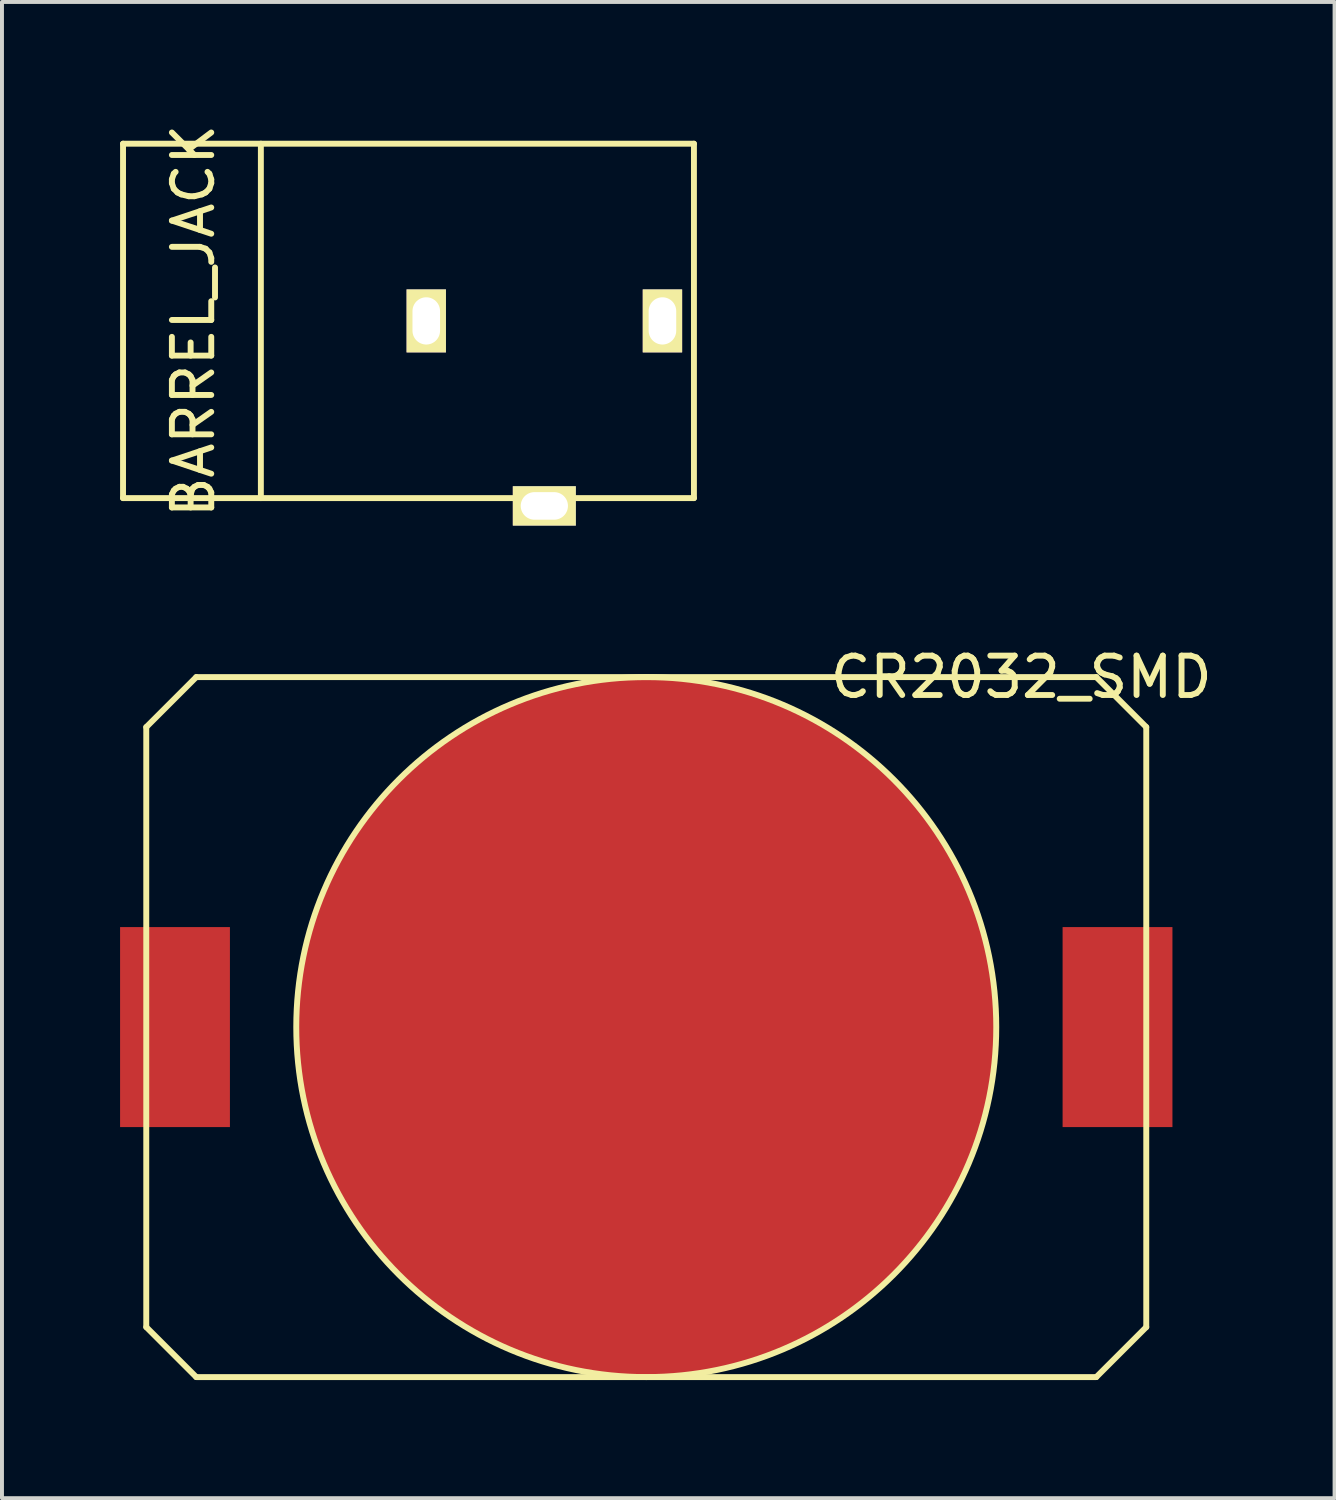
<source format=kicad_pcb>
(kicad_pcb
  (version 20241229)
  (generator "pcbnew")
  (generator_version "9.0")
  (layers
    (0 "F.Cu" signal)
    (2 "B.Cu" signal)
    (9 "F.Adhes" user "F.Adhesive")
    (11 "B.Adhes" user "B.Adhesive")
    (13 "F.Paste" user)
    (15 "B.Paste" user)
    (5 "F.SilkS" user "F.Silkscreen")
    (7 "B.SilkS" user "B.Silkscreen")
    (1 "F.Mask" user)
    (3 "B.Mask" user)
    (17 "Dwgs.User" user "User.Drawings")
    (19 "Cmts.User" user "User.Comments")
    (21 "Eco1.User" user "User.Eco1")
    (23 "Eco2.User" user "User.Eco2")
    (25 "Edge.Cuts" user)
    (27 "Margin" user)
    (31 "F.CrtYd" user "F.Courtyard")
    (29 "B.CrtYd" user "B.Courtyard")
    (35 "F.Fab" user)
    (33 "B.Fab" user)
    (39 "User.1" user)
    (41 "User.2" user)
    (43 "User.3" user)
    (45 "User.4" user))
  (footprint "BARREL_JACK"
    (layer "F.Cu")
    (at 7.576 5.101)
    (property "Reference" "BARREL_JACK" (at -5.715 0 90) (layer "F.SilkS") (effects (font (size 1 1) (thickness 0.15))))
    (attr through_hole)
    (fp_line (start -7.501 -4.501) (end -7.501 4.501) (stroke (width 0.15) (type solid)) (layer "F.SilkS"))
    (fp_line (start -7.501 4.501) (end 7 4.501) (stroke (width 0.15) (type solid)) (layer "F.SilkS"))
    (fp_line (start -4 -4.501) (end -4 4.501) (stroke (width 0.15) (type solid)) (layer "F.SilkS"))
    (fp_line (start 7 -4.501) (end -7.501 -4.501) (stroke (width 0.15) (type solid)) (layer "F.SilkS"))
    (fp_line (start 7 4.501) (end 7 -4.501) (stroke (width 0.15) (type solid)) (layer "F.SilkS"))
    (pad "1" thru_hole rect (at 6.2 0) (size 1 1.6) (drill oval 0.7 1.2) (layers "*.Cu" "*.Mask" "F.SilkS"))
    (pad "2" thru_hole rect (at 0.201 0) (size 1 1.6) (drill oval 0.7 1.2) (layers "*.Cu" "*.Mask" "F.SilkS"))
    (pad "3" thru_hole rect (at 3.2 4.699) (size 1.6 1) (drill oval 1.2 0.7) (layers "*.Cu" "*.Mask" "F.SilkS")))
  (footprint "CR2032_SMD"
    (layer "F.Cu")
    (at 13.365 23.038)
    (property "Reference" "CR2032_SMD" (at 9.525 -8.89 0) (layer "F.SilkS") (effects (font (size 1 1) (thickness 0.15))))
    (attr through_hole)
    (fp_line (start -12.7 -7.62) (end -11.43 -8.89) (stroke (width 0.15) (type solid)) (layer "F.SilkS"))
    (fp_line (start -12.7 7.62) (end -12.7 -7.62) (stroke (width 0.15) (type solid)) (layer "F.SilkS"))
    (fp_line (start -12.7 7.62) (end -11.43 8.89) (stroke (width 0.15) (type solid)) (layer "F.SilkS"))
    (fp_line (start -11.43 -8.89) (end 11.43 -8.89) (stroke (width 0.15) (type solid)) (layer "F.SilkS"))
    (fp_line (start 11.43 8.89) (end -11.43 8.89) (stroke (width 0.15) (type solid)) (layer "F.SilkS"))
    (fp_line (start 11.43 8.89) (end 12.7 7.62) (stroke (width 0.15) (type solid)) (layer "F.SilkS"))
    (fp_line (start 12.7 -7.62) (end 11.43 -8.89) (stroke (width 0.15) (type solid)) (layer "F.SilkS"))
    (fp_line (start 12.7 -7.62) (end 12.7 7.62) (stroke (width 0.15) (type solid)) (layer "F.SilkS"))
    (fp_circle (center 0 0) (end -8.89 0) (stroke (width 0.15) (type solid)) (fill no) (layer "F.SilkS"))
    (pad "1" smd rect (at -11.97 0) (size 2.79 5.08) (layers "F.Cu" "F.Mask" "F.Paste"))
    (pad "1" smd rect (at 11.97 0) (size 2.79 5.08) (layers "F.Cu" "F.Mask" "F.Paste"))
    (pad "2" smd circle (at 0 0) (size 17.78 17.78) (layers "F.Cu" "F.Mask" "F.Paste")))
  (gr_rect
    (start -3 -3)
    (end 30.848 35.003)
    (stroke (width 0.1) (type default))
    (fill no)
    (layer "Edge.Cuts")))
</source>
